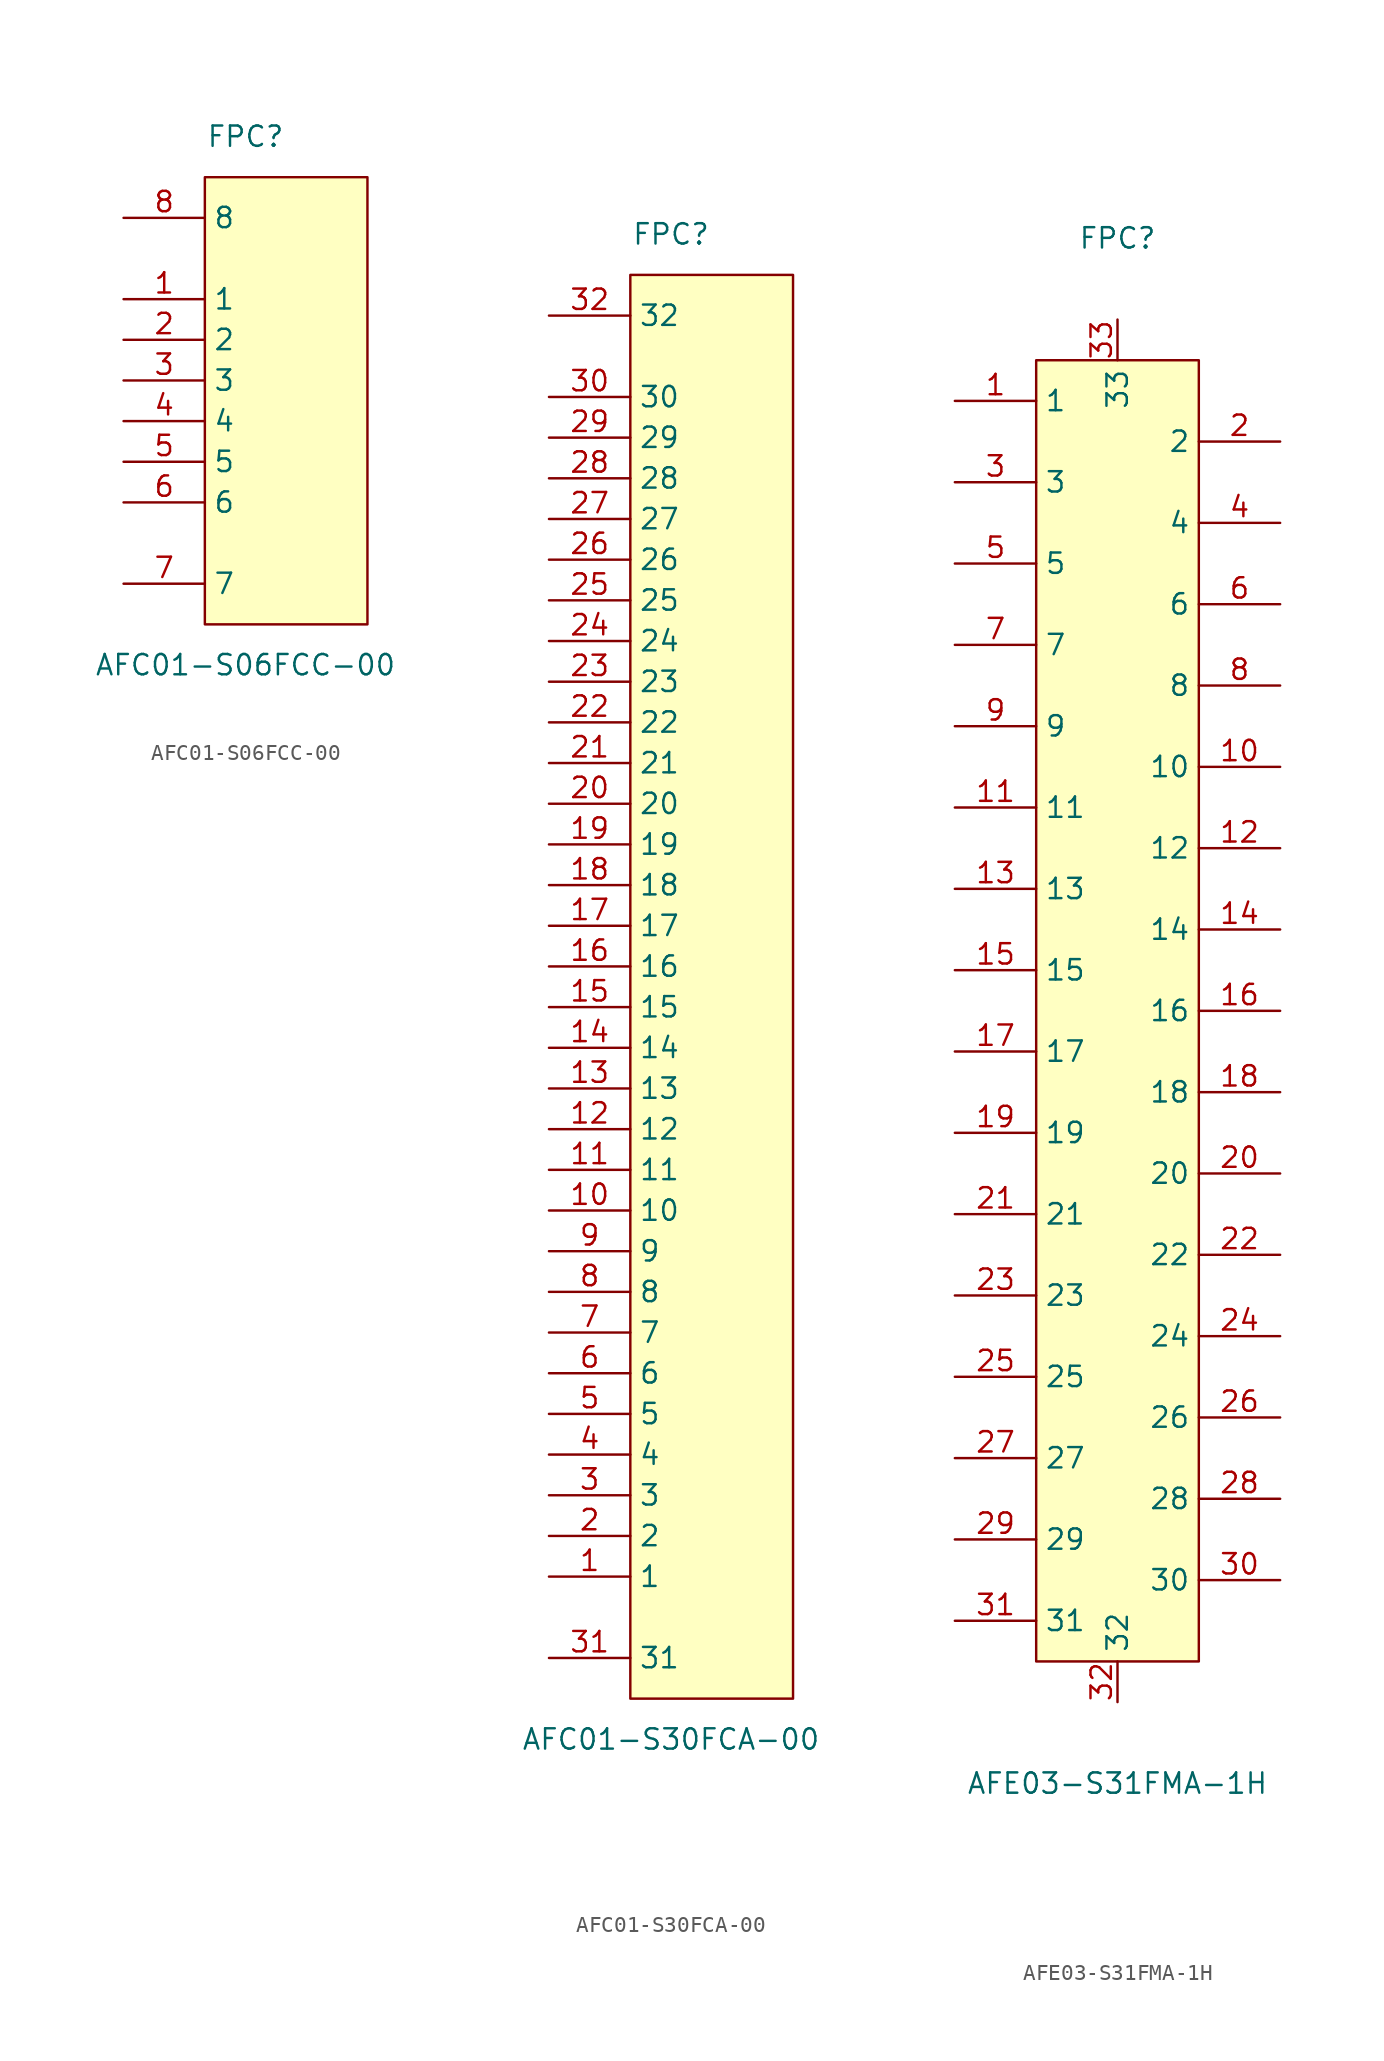
<source format=kicad_sym>
(kicad_symbol_lib
  (version 20241209)
  (generator "kicad_symbol_editor")
  (generator_version "9.0")
  (symbol "AFC01-S06FCC-00"
    (property "Reference" "FPC"
      (at 0 16.51 0)
      (effects (font (size 1.27 1.27))))
    (property "Value" "AFC01-S06FCC-00"
      (at 0 -16.51 0)
      (effects (font (size 1.27 1.27))))
    (symbol "AFC01-S06FCC-00_0_1"
      (rectangle (start -2.54 13.97) (end 7.62 -13.97) (stroke (width 0) (type default)) (fill (type background)))
      (pin unspecified line (at -7.62 11.43 0) (length 5.08) (name "8" (effects (font (size 1.27 1.27)))) (number "8" (effects (font (size 1.27 1.27)))))
      (pin unspecified line (at -7.62 6.35 0) (length 5.08) (name "1" (effects (font (size 1.27 1.27)))) (number "1" (effects (font (size 1.27 1.27)))))
      (pin unspecified line (at -7.62 3.81 0) (length 5.08) (name "2" (effects (font (size 1.27 1.27)))) (number "2" (effects (font (size 1.27 1.27)))))
      (pin unspecified line (at -7.62 1.27 0) (length 5.08) (name "3" (effects (font (size 1.27 1.27)))) (number "3" (effects (font (size 1.27 1.27)))))
      (pin unspecified line (at -7.62 -1.27 0) (length 5.08) (name "4" (effects (font (size 1.27 1.27)))) (number "4" (effects (font (size 1.27 1.27)))))
      (pin unspecified line (at -7.62 -3.81 0) (length 5.08) (name "5" (effects (font (size 1.27 1.27)))) (number "5" (effects (font (size 1.27 1.27)))))
      (pin unspecified line (at -7.62 -6.35 0) (length 5.08) (name "6" (effects (font (size 1.27 1.27)))) (number "6" (effects (font (size 1.27 1.27)))))
      (pin unspecified line (at -7.62 -11.43 0) (length 5.08) (name "7" (effects (font (size 1.27 1.27)))) (number "7" (effects (font (size 1.27 1.27)))))))
  (symbol "AFC01-S30FCA-00"
    (property "Reference" "FPC"
      (at 0 46.99 0)
      (effects (font (size 1.27 1.27))))
    (property "Value" "AFC01-S30FCA-00"
      (at 0 -46.99 0)
      (effects (font (size 1.27 1.27))))
    (symbol "AFC01-S30FCA-00_0_1"
      (rectangle (start -2.54 44.45) (end 7.62 -44.45) (stroke (width 0) (type default)) (fill (type background)))
      (pin unspecified line (at -7.62 41.91 0) (length 5.08) (name "32" (effects (font (size 1.27 1.27)))) (number "32" (effects (font (size 1.27 1.27)))))
      (pin unspecified line (at -7.62 36.83 0) (length 5.08) (name "30" (effects (font (size 1.27 1.27)))) (number "30" (effects (font (size 1.27 1.27)))))
      (pin unspecified line (at -7.62 34.29 0) (length 5.08) (name "29" (effects (font (size 1.27 1.27)))) (number "29" (effects (font (size 1.27 1.27)))))
      (pin unspecified line (at -7.62 31.75 0) (length 5.08) (name "28" (effects (font (size 1.27 1.27)))) (number "28" (effects (font (size 1.27 1.27)))))
      (pin unspecified line (at -7.62 29.21 0) (length 5.08) (name "27" (effects (font (size 1.27 1.27)))) (number "27" (effects (font (size 1.27 1.27)))))
      (pin unspecified line (at -7.62 26.67 0) (length 5.08) (name "26" (effects (font (size 1.27 1.27)))) (number "26" (effects (font (size 1.27 1.27)))))
      (pin unspecified line (at -7.62 24.13 0) (length 5.08) (name "25" (effects (font (size 1.27 1.27)))) (number "25" (effects (font (size 1.27 1.27)))))
      (pin unspecified line (at -7.62 21.59 0) (length 5.08) (name "24" (effects (font (size 1.27 1.27)))) (number "24" (effects (font (size 1.27 1.27)))))
      (pin unspecified line (at -7.62 19.05 0) (length 5.08) (name "23" (effects (font (size 1.27 1.27)))) (number "23" (effects (font (size 1.27 1.27)))))
      (pin unspecified line (at -7.62 16.51 0) (length 5.08) (name "22" (effects (font (size 1.27 1.27)))) (number "22" (effects (font (size 1.27 1.27)))))
      (pin unspecified line (at -7.62 13.97 0) (length 5.08) (name "21" (effects (font (size 1.27 1.27)))) (number "21" (effects (font (size 1.27 1.27)))))
      (pin unspecified line (at -7.62 11.43 0) (length 5.08) (name "20" (effects (font (size 1.27 1.27)))) (number "20" (effects (font (size 1.27 1.27)))))
      (pin unspecified line (at -7.62 8.89 0) (length 5.08) (name "19" (effects (font (size 1.27 1.27)))) (number "19" (effects (font (size 1.27 1.27)))))
      (pin unspecified line (at -7.62 6.35 0) (length 5.08) (name "18" (effects (font (size 1.27 1.27)))) (number "18" (effects (font (size 1.27 1.27)))))
      (pin unspecified line (at -7.62 3.81 0) (length 5.08) (name "17" (effects (font (size 1.27 1.27)))) (number "17" (effects (font (size 1.27 1.27)))))
      (pin unspecified line (at -7.62 1.27 0) (length 5.08) (name "16" (effects (font (size 1.27 1.27)))) (number "16" (effects (font (size 1.27 1.27)))))
      (pin unspecified line (at -7.62 -1.27 0) (length 5.08) (name "15" (effects (font (size 1.27 1.27)))) (number "15" (effects (font (size 1.27 1.27)))))
      (pin unspecified line (at -7.62 -3.81 0) (length 5.08) (name "14" (effects (font (size 1.27 1.27)))) (number "14" (effects (font (size 1.27 1.27)))))
      (pin unspecified line (at -7.62 -6.35 0) (length 5.08) (name "13" (effects (font (size 1.27 1.27)))) (number "13" (effects (font (size 1.27 1.27)))))
      (pin unspecified line (at -7.62 -8.89 0) (length 5.08) (name "12" (effects (font (size 1.27 1.27)))) (number "12" (effects (font (size 1.27 1.27)))))
      (pin unspecified line (at -7.62 -11.43 0) (length 5.08) (name "11" (effects (font (size 1.27 1.27)))) (number "11" (effects (font (size 1.27 1.27)))))
      (pin unspecified line (at -7.62 -13.97 0) (length 5.08) (name "10" (effects (font (size 1.27 1.27)))) (number "10" (effects (font (size 1.27 1.27)))))
      (pin unspecified line (at -7.62 -16.51 0) (length 5.08) (name "9" (effects (font (size 1.27 1.27)))) (number "9" (effects (font (size 1.27 1.27)))))
      (pin unspecified line (at -7.62 -19.05 0) (length 5.08) (name "8" (effects (font (size 1.27 1.27)))) (number "8" (effects (font (size 1.27 1.27)))))
      (pin unspecified line (at -7.62 -21.59 0) (length 5.08) (name "7" (effects (font (size 1.27 1.27)))) (number "7" (effects (font (size 1.27 1.27)))))
      (pin unspecified line (at -7.62 -24.13 0) (length 5.08) (name "6" (effects (font (size 1.27 1.27)))) (number "6" (effects (font (size 1.27 1.27)))))
      (pin unspecified line (at -7.62 -26.67 0) (length 5.08) (name "5" (effects (font (size 1.27 1.27)))) (number "5" (effects (font (size 1.27 1.27)))))
      (pin unspecified line (at -7.62 -29.21 0) (length 5.08) (name "4" (effects (font (size 1.27 1.27)))) (number "4" (effects (font (size 1.27 1.27)))))
      (pin unspecified line (at -7.62 -31.75 0) (length 5.08) (name "3" (effects (font (size 1.27 1.27)))) (number "3" (effects (font (size 1.27 1.27)))))
      (pin unspecified line (at -7.62 -34.29 0) (length 5.08) (name "2" (effects (font (size 1.27 1.27)))) (number "2" (effects (font (size 1.27 1.27)))))
      (pin unspecified line (at -7.62 -36.83 0) (length 5.08) (name "1" (effects (font (size 1.27 1.27)))) (number "1" (effects (font (size 1.27 1.27)))))
      (pin unspecified line (at -7.62 -41.91 0) (length 5.08) (name "31" (effects (font (size 1.27 1.27)))) (number "31" (effects (font (size 1.27 1.27)))))))
  (symbol "AFE03-S31FMA-1H"
    (property "Reference" "FPC"
      (at 0 48.26 0)
      (effects (font (size 1.27 1.27))))
    (property "Value" "AFE03-S31FMA-1H"
      (at 0 -48.26 0)
      (effects (font (size 1.27 1.27))))
    (symbol "AFE03-S31FMA-1H_0_1"
      (rectangle (start -5.08 40.64) (end 5.08 -40.64) (stroke (width 0) (type default)) (fill (type background)))
      (pin unspecified line (at -10.16 38.1 0) (length 5.08) (name "1" (effects (font (size 1.27 1.27)))) (number "1" (effects (font (size 1.27 1.27)))))
      (pin unspecified line (at -10.16 33.02 0) (length 5.08) (name "3" (effects (font (size 1.27 1.27)))) (number "3" (effects (font (size 1.27 1.27)))))
      (pin unspecified line (at -10.16 27.94 0) (length 5.08) (name "5" (effects (font (size 1.27 1.27)))) (number "5" (effects (font (size 1.27 1.27)))))
      (pin unspecified line (at -10.16 22.86 0) (length 5.08) (name "7" (effects (font (size 1.27 1.27)))) (number "7" (effects (font (size 1.27 1.27)))))
      (pin unspecified line (at -10.16 17.78 0) (length 5.08) (name "9" (effects (font (size 1.27 1.27)))) (number "9" (effects (font (size 1.27 1.27)))))
      (pin unspecified line (at -10.16 12.7 0) (length 5.08) (name "11" (effects (font (size 1.27 1.27)))) (number "11" (effects (font (size 1.27 1.27)))))
      (pin unspecified line (at -10.16 7.62 0) (length 5.08) (name "13" (effects (font (size 1.27 1.27)))) (number "13" (effects (font (size 1.27 1.27)))))
      (pin unspecified line (at -10.16 2.54 0) (length 5.08) (name "15" (effects (font (size 1.27 1.27)))) (number "15" (effects (font (size 1.27 1.27)))))
      (pin unspecified line (at -10.16 -2.54 0) (length 5.08) (name "17" (effects (font (size 1.27 1.27)))) (number "17" (effects (font (size 1.27 1.27)))))
      (pin unspecified line (at -10.16 -7.62 0) (length 5.08) (name "19" (effects (font (size 1.27 1.27)))) (number "19" (effects (font (size 1.27 1.27)))))
      (pin unspecified line (at -10.16 -12.7 0) (length 5.08) (name "21" (effects (font (size 1.27 1.27)))) (number "21" (effects (font (size 1.27 1.27)))))
      (pin unspecified line (at -10.16 -17.78 0) (length 5.08) (name "23" (effects (font (size 1.27 1.27)))) (number "23" (effects (font (size 1.27 1.27)))))
      (pin unspecified line (at -10.16 -22.86 0) (length 5.08) (name "25" (effects (font (size 1.27 1.27)))) (number "25" (effects (font (size 1.27 1.27)))))
      (pin unspecified line (at -10.16 -27.94 0) (length 5.08) (name "27" (effects (font (size 1.27 1.27)))) (number "27" (effects (font (size 1.27 1.27)))))
      (pin unspecified line (at -10.16 -33.02 0) (length 5.08) (name "29" (effects (font (size 1.27 1.27)))) (number "29" (effects (font (size 1.27 1.27)))))
      (pin unspecified line (at -10.16 -38.1 0) (length 5.08) (name "31" (effects (font (size 1.27 1.27)))) (number "31" (effects (font (size 1.27 1.27)))))
      (pin unspecified line (at 0 43.18 270) (length 2.54) (name "33" (effects (font (size 1.27 1.27)))) (number "33" (effects (font (size 1.27 1.27)))))
      (pin unspecified line (at 0 -43.18 90) (length 2.54) (name "32" (effects (font (size 1.27 1.27)))) (number "32" (effects (font (size 1.27 1.27)))))
      (pin unspecified line (at 10.16 35.56 180) (length 5.08) (name "2" (effects (font (size 1.27 1.27)))) (number "2" (effects (font (size 1.27 1.27)))))
      (pin unspecified line (at 10.16 30.48 180) (length 5.08) (name "4" (effects (font (size 1.27 1.27)))) (number "4" (effects (font (size 1.27 1.27)))))
      (pin unspecified line (at 10.16 25.4 180) (length 5.08) (name "6" (effects (font (size 1.27 1.27)))) (number "6" (effects (font (size 1.27 1.27)))))
      (pin unspecified line (at 10.16 20.32 180) (length 5.08) (name "8" (effects (font (size 1.27 1.27)))) (number "8" (effects (font (size 1.27 1.27)))))
      (pin unspecified line (at 10.16 15.24 180) (length 5.08) (name "10" (effects (font (size 1.27 1.27)))) (number "10" (effects (font (size 1.27 1.27)))))
      (pin unspecified line (at 10.16 10.16 180) (length 5.08) (name "12" (effects (font (size 1.27 1.27)))) (number "12" (effects (font (size 1.27 1.27)))))
      (pin unspecified line (at 10.16 5.08 180) (length 5.08) (name "14" (effects (font (size 1.27 1.27)))) (number "14" (effects (font (size 1.27 1.27)))))
      (pin unspecified line (at 10.16 0 180) (length 5.08) (name "16" (effects (font (size 1.27 1.27)))) (number "16" (effects (font (size 1.27 1.27)))))
      (pin unspecified line (at 10.16 -5.08 180) (length 5.08) (name "18" (effects (font (size 1.27 1.27)))) (number "18" (effects (font (size 1.27 1.27)))))
      (pin unspecified line (at 10.16 -10.16 180) (length 5.08) (name "20" (effects (font (size 1.27 1.27)))) (number "20" (effects (font (size 1.27 1.27)))))
      (pin unspecified line (at 10.16 -15.24 180) (length 5.08) (name "22" (effects (font (size 1.27 1.27)))) (number "22" (effects (font (size 1.27 1.27)))))
      (pin unspecified line (at 10.16 -20.32 180) (length 5.08) (name "24" (effects (font (size 1.27 1.27)))) (number "24" (effects (font (size 1.27 1.27)))))
      (pin unspecified line (at 10.16 -25.4 180) (length 5.08) (name "26" (effects (font (size 1.27 1.27)))) (number "26" (effects (font (size 1.27 1.27)))))
      (pin unspecified line (at 10.16 -30.48 180) (length 5.08) (name "28" (effects (font (size 1.27 1.27)))) (number "28" (effects (font (size 1.27 1.27)))))
      (pin unspecified line (at 10.16 -35.56 180) (length 5.08) (name "30" (effects (font (size 1.27 1.27)))) (number "30" (effects (font (size 1.27 1.27))))))))
</source>
